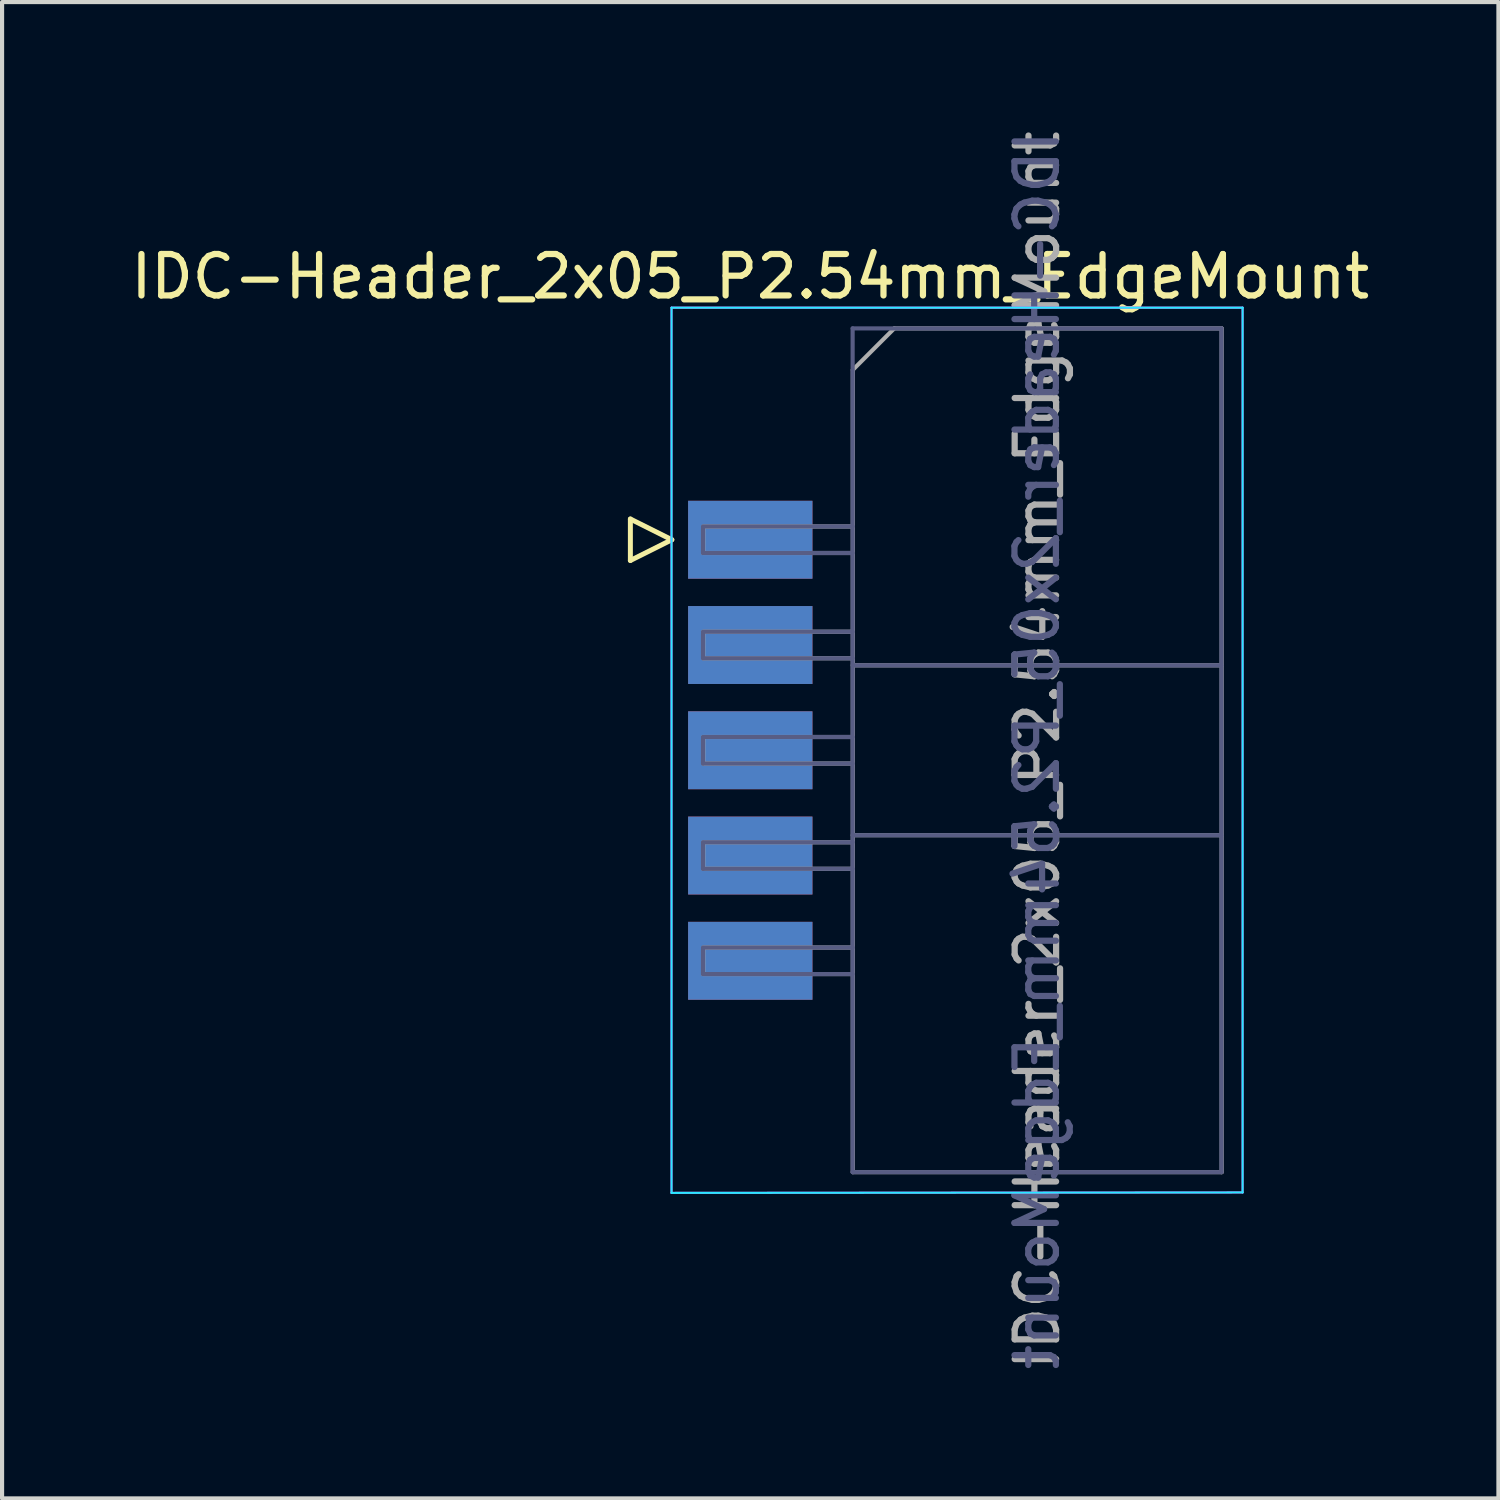
<source format=kicad_pcb>
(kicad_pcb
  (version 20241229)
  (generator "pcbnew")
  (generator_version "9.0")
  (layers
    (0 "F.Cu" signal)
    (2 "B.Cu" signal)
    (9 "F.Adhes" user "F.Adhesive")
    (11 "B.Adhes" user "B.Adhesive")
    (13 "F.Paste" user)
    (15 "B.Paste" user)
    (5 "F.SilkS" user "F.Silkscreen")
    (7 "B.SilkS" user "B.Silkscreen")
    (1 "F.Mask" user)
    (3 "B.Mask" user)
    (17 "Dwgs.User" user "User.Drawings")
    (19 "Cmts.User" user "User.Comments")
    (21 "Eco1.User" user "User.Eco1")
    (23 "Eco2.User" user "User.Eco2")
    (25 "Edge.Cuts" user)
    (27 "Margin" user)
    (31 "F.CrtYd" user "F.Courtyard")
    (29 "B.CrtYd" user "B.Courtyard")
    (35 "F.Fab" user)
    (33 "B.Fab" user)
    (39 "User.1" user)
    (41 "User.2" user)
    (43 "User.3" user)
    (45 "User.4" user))
  (footprint "IDC-Header_2x05_P2.54mm_EdgeMount"
    (layer "F.Cu")
    (at 20.174 15.054)
    (property "Reference" "IDC-Header_2x05_P2.54mm_EdgeMount" (at -5.12 -11.43 0) (layer "F.SilkS") (effects (font (size 1 1) (thickness 0.15))))
    (attr smd)
    (fp_line (start -8.013 -5.58) (end -8.013 -4.58) (stroke (width 0.12) (type solid)) (layer "F.SilkS"))
    (fp_line (start -8.013 -4.58) (end -7.013 -5.08) (stroke (width 0.12) (type solid)) (layer "F.SilkS"))
    (fp_line (start -7.013 -5.08) (end -8.013 -5.58) (stroke (width 0.12) (type solid)) (layer "F.SilkS"))
    (fp_line (start -7.02 -10.68) (end -7.02 10.68) (stroke (width 0.05) (type solid)) (layer "B.CrtYd"))
    (fp_line (start -7.02 10.68) (end 6.76 10.67) (stroke (width 0.05) (type solid)) (layer "B.CrtYd"))
    (fp_line (start 6.76 -10.68) (end -7.02 -10.68) (stroke (width 0.05) (type solid)) (layer "B.CrtYd"))
    (fp_line (start 6.76 10.67) (end 6.76 -10.68) (stroke (width 0.05) (type solid)) (layer "B.CrtYd"))
    (fp_line (start -7.02 -10.68) (end -7.02 10.68) (stroke (width 0.05) (type solid)) (layer "F.CrtYd"))
    (fp_line (start -7.02 10.68) (end 6.76 10.67) (stroke (width 0.05) (type solid)) (layer "F.CrtYd"))
    (fp_line (start 6.76 -10.68) (end -7.02 -10.68) (stroke (width 0.05) (type solid)) (layer "F.CrtYd"))
    (fp_line (start 6.76 10.67) (end 6.76 -10.68) (stroke (width 0.05) (type solid)) (layer "F.CrtYd"))
    (fp_line (start -6.26 -5.39) (end -6.261 -4.762) (stroke (width 0.1) (type solid)) (layer "B.Fab"))
    (fp_line (start -6.26 -4.76) (end -2.65 -4.76) (stroke (width 0.1) (type solid)) (layer "B.Fab"))
    (fp_line (start -6.26 -2.85) (end -6.261 -2.222) (stroke (width 0.1) (type solid)) (layer "B.Fab"))
    (fp_line (start -6.26 -2.22) (end -2.65 -2.22) (stroke (width 0.1) (type solid)) (layer "B.Fab"))
    (fp_line (start -6.26 -0.31) (end -6.261 0.318) (stroke (width 0.1) (type solid)) (layer "B.Fab"))
    (fp_line (start -6.26 0.32) (end -2.65 0.32) (stroke (width 0.1) (type solid)) (layer "B.Fab"))
    (fp_line (start -6.26 2.23) (end -6.261 2.858) (stroke (width 0.1) (type solid)) (layer "B.Fab"))
    (fp_line (start -6.26 2.86) (end -2.65 2.86) (stroke (width 0.1) (type solid)) (layer "B.Fab"))
    (fp_line (start -6.26 4.77) (end -6.261 5.398) (stroke (width 0.1) (type solid)) (layer "B.Fab"))
    (fp_line (start -6.26 5.4) (end -2.65 5.4) (stroke (width 0.1) (type solid)) (layer "B.Fab"))
    (fp_line (start -2.65 -10.18) (end 6.25 -10.18) (stroke (width 0.1) (type solid)) (layer "B.Fab"))
    (fp_line (start -2.65 -5.4) (end -6.26 -5.4) (stroke (width 0.1) (type solid)) (layer "B.Fab"))
    (fp_line (start -2.65 -2.86) (end -6.26 -2.86) (stroke (width 0.1) (type solid)) (layer "B.Fab"))
    (fp_line (start -2.65 -2.05) (end 6.25 -2.05) (stroke (width 0.1) (type solid)) (layer "B.Fab"))
    (fp_line (start -2.65 -0.32) (end -6.26 -0.32) (stroke (width 0.1) (type solid)) (layer "B.Fab"))
    (fp_line (start -2.65 2.05) (end 6.25 2.05) (stroke (width 0.1) (type solid)) (layer "B.Fab"))
    (fp_line (start -2.65 2.22) (end -6.26 2.22) (stroke (width 0.1) (type solid)) (layer "B.Fab"))
    (fp_line (start -2.65 4.76) (end -6.26 4.76) (stroke (width 0.1) (type solid)) (layer "B.Fab"))
    (fp_line (start -2.65 10.18) (end -2.65 -10.18) (stroke (width 0.1) (type solid)) (layer "B.Fab"))
    (fp_line (start 6.25 -10.18) (end 6.25 10.18) (stroke (width 0.1) (type solid)) (layer "B.Fab"))
    (fp_line (start 6.25 10.18) (end -2.65 10.18) (stroke (width 0.1) (type solid)) (layer "B.Fab"))
    (fp_line (start -6.255 -5.39) (end -6.256 -4.762) (stroke (width 0.1) (type solid)) (layer "F.Fab"))
    (fp_line (start -6.255 -4.76) (end -2.645 -4.76) (stroke (width 0.1) (type solid)) (layer "F.Fab"))
    (fp_line (start -6.255 -2.85) (end -6.256 -2.222) (stroke (width 0.1) (type solid)) (layer "F.Fab"))
    (fp_line (start -6.255 -2.22) (end -2.645 -2.22) (stroke (width 0.1) (type solid)) (layer "F.Fab"))
    (fp_line (start -6.255 -0.31) (end -6.256 0.318) (stroke (width 0.1) (type solid)) (layer "F.Fab"))
    (fp_line (start -6.255 0.32) (end -2.645 0.32) (stroke (width 0.1) (type solid)) (layer "F.Fab"))
    (fp_line (start -6.255 2.23) (end -6.256 2.858) (stroke (width 0.1) (type solid)) (layer "F.Fab"))
    (fp_line (start -6.255 2.86) (end -2.645 2.86) (stroke (width 0.1) (type solid)) (layer "F.Fab"))
    (fp_line (start -6.255 4.77) (end -6.256 5.398) (stroke (width 0.1) (type solid)) (layer "F.Fab"))
    (fp_line (start -6.255 5.4) (end -2.645 5.4) (stroke (width 0.1) (type solid)) (layer "F.Fab"))
    (fp_line (start -2.645 -9.18) (end -1.645 -10.18) (stroke (width 0.1) (type solid)) (layer "F.Fab"))
    (fp_line (start -2.645 -5.4) (end -6.255 -5.4) (stroke (width 0.1) (type solid)) (layer "F.Fab"))
    (fp_line (start -2.645 -2.86) (end -6.255 -2.86) (stroke (width 0.1) (type solid)) (layer "F.Fab"))
    (fp_line (start -2.645 -2.05) (end 6.255 -2.05) (stroke (width 0.1) (type solid)) (layer "F.Fab"))
    (fp_line (start -2.645 -0.32) (end -6.255 -0.32) (stroke (width 0.1) (type solid)) (layer "F.Fab"))
    (fp_line (start -2.645 2.05) (end 6.255 2.05) (stroke (width 0.1) (type solid)) (layer "F.Fab"))
    (fp_line (start -2.645 2.22) (end -6.255 2.22) (stroke (width 0.1) (type solid)) (layer "F.Fab"))
    (fp_line (start -2.645 4.76) (end -6.255 4.76) (stroke (width 0.1) (type solid)) (layer "F.Fab"))
    (fp_line (start -2.645 10.18) (end -2.645 -9.18) (stroke (width 0.1) (type solid)) (layer "F.Fab"))
    (fp_line (start -1.645 -10.18) (end 6.255 -10.18) (stroke (width 0.1) (type solid)) (layer "F.Fab"))
    (fp_line (start 6.255 -10.18) (end 6.255 10.18) (stroke (width 0.1) (type solid)) (layer "F.Fab"))
    (fp_line (start 6.255 10.18) (end -2.645 10.18) (stroke (width 0.1) (type solid)) (layer "F.Fab"))
    (fp_text user "${REFERENCE}" (at 1.8 0 90) (layer "B.Fab") (effects (font (size 1 1) (thickness 0.15)) (justify mirror)))
    (fp_text user "${REFERENCE}" (at 1.805 0 90) (layer "F.Fab") (effects (font (size 1 1) (thickness 0.15))))
    (pad "1" smd rect (at -5.12 -5.08) (size 3 1.88) (layers "F.Cu" "F.Mask" "F.Paste"))
    (pad "2" smd rect (at -5.12 -5.08) (size 3 1.88) (layers "B.Cu" "B.Mask" "B.Paste"))
    (pad "3" smd rect (at -5.12 -2.54) (size 3 1.88) (layers "F.Cu" "F.Mask" "F.Paste"))
    (pad "4" smd rect (at -5.12 -2.54) (size 3 1.88) (layers "B.Cu" "B.Mask" "B.Paste"))
    (pad "5" smd rect (at -5.12 0) (size 3 1.88) (layers "F.Cu" "F.Mask" "F.Paste"))
    (pad "6" smd rect (at -5.12 0) (size 3 1.88) (layers "B.Cu" "B.Mask" "B.Paste"))
    (pad "7" smd rect (at -5.12 2.54) (size 3 1.88) (layers "F.Cu" "F.Mask" "F.Paste"))
    (pad "8" smd rect (at -5.12 2.54) (size 3 1.88) (layers "B.Cu" "B.Mask" "B.Paste"))
    (pad "9" smd rect (at -5.12 5.08) (size 3 1.88) (layers "F.Cu" "F.Mask" "F.Paste"))
    (pad "10" smd rect (at -5.12 5.08) (size 3 1.88) (layers "B.Cu" "B.Mask" "B.Paste")))
  (gr_rect
    (start -3 -3)
    (end 33.107 33.107)
    (stroke (width 0.1) (type default))
    (fill no)
    (layer "Edge.Cuts")))
</source>
